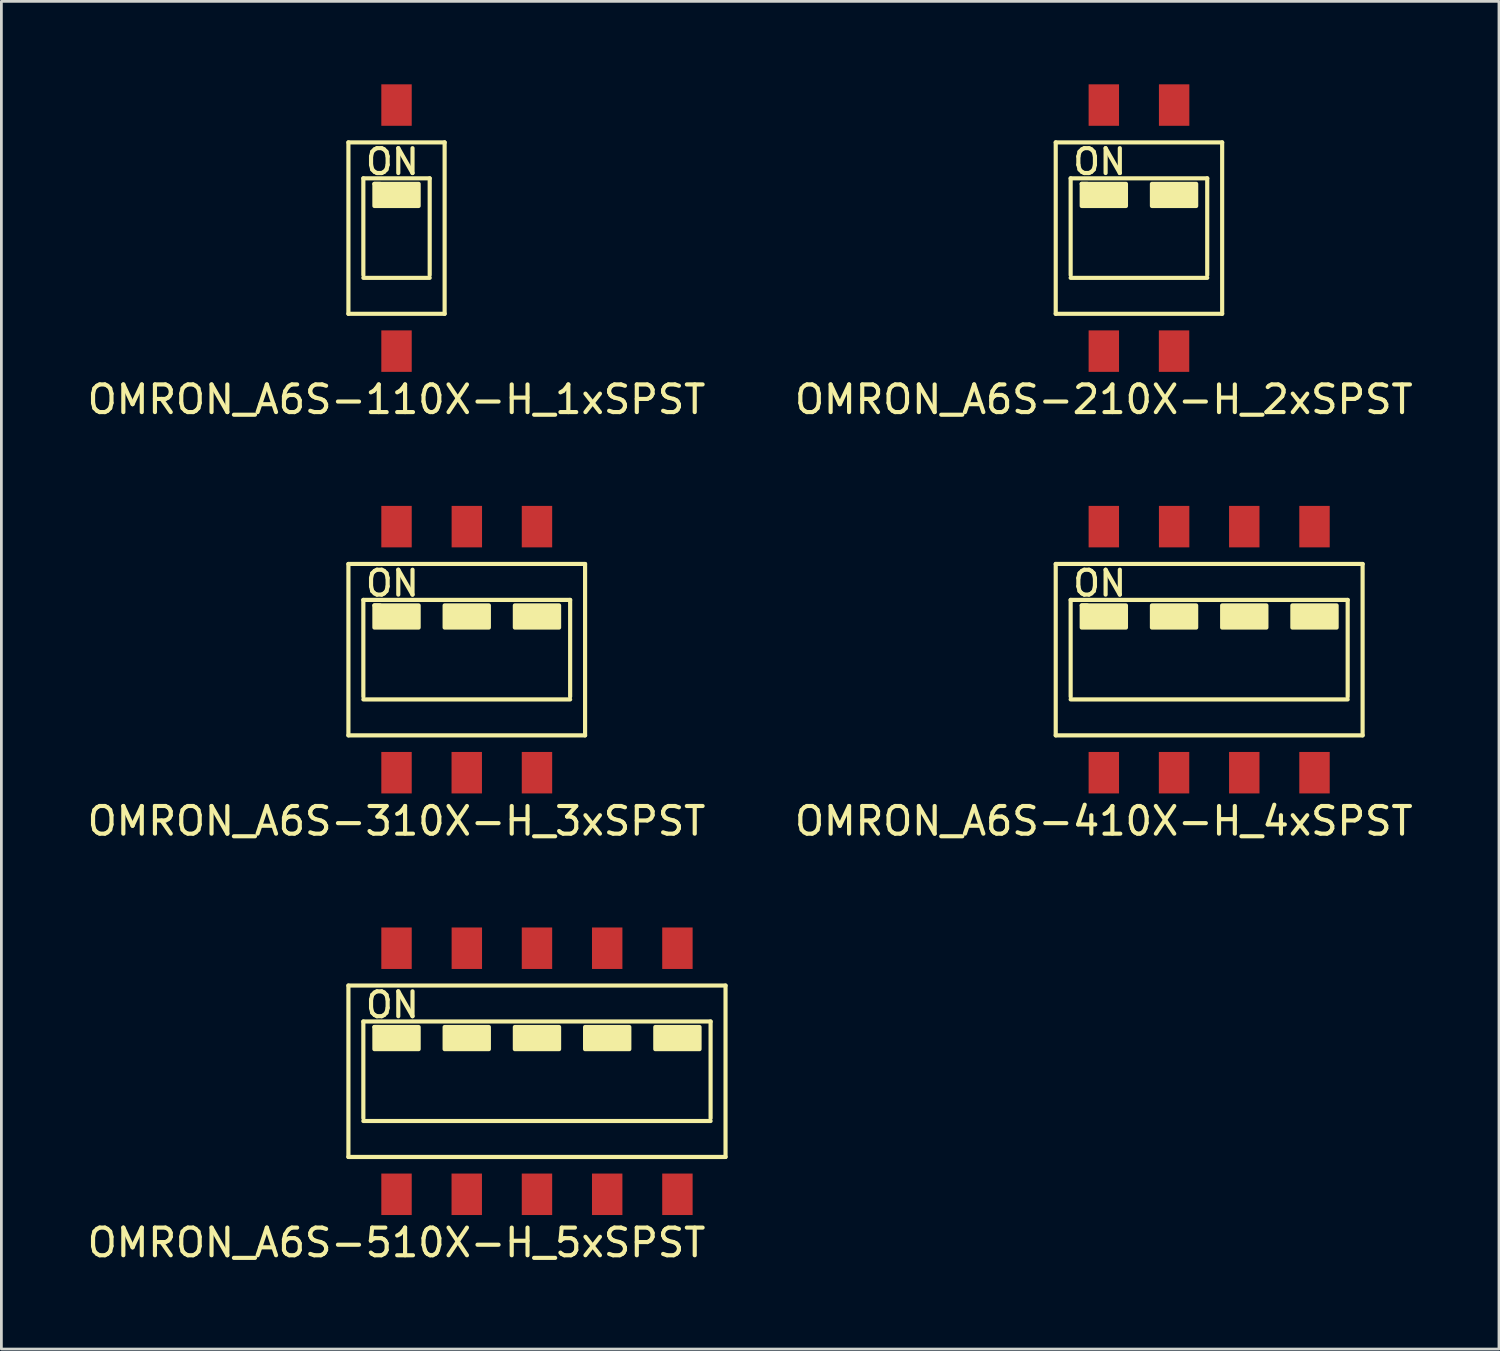
<source format=kicad_pcb>
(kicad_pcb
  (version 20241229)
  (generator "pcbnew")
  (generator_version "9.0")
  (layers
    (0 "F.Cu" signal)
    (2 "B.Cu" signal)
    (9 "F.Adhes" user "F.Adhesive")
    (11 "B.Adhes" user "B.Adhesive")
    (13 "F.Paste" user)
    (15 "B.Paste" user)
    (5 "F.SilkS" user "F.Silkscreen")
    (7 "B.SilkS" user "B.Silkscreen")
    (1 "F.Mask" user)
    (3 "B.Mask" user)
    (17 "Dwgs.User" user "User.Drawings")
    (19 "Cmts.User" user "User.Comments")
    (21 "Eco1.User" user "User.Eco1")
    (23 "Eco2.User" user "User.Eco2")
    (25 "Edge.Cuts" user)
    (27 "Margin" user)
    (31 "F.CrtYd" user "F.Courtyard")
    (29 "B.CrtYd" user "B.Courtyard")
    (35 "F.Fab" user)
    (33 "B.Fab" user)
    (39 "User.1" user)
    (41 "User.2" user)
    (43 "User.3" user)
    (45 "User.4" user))
  (footprint "OMRON_A6S-110X-H_1xSPST"
    (layer "F.Cu")
    (at 11.292 5.2)
    (property "Reference" "OMRON_A6S-110X-H_1xSPST" (at 0 6.2 0) (layer "F.SilkS") (effects (font (size 1 1) (thickness 0.15))))
    (attr through_hole)
    (fp_line (start -1.74 -3.1) (end 1.74 -3.1) (stroke (width 0.15) (type solid)) (layer "F.SilkS"))
    (fp_line (start -1.74 3.1) (end -1.74 -3.1) (stroke (width 0.15) (type solid)) (layer "F.SilkS"))
    (fp_line (start -1.2 -1.8) (end 1.2 -1.8) (stroke (width 0.15) (type solid)) (layer "F.SilkS"))
    (fp_line (start -1.2 1.7) (end -1.2 -1.8) (stroke (width 0.15) (type solid)) (layer "F.SilkS"))
    (fp_line (start -0.8 -1.6) (end -0.6 -1.6) (stroke (width 0.15) (type solid)) (layer "F.SilkS"))
    (fp_line (start 1.2 -1.8) (end 1.2 1.7) (stroke (width 0.15) (type solid)) (layer "F.SilkS"))
    (fp_line (start 1.2 1.8) (end -1.2 1.8) (stroke (width 0.15) (type solid)) (layer "F.SilkS"))
    (fp_line (start 1.74 -3.1) (end 1.74 3.1) (stroke (width 0.15) (type solid)) (layer "F.SilkS"))
    (fp_line (start 1.74 3.1) (end -1.74 3.1) (stroke (width 0.15) (type solid)) (layer "F.SilkS"))
    (fp_poly (pts (xy -0.8 -1.6) (xy 0.8 -1.6) (xy 0.8 -0.8) (xy -0.8 -0.8)) (stroke (width 0.15) (type solid)) (fill yes) (layer "F.SilkS"))
    (fp_text user "ON" (at -0.15 -2.4 0) (layer "F.SilkS") (effects (font (size 0.9 0.9) (thickness 0.15))))
    (pad "1" smd rect (at 0 -4.45) (size 1.1 1.5) (layers "F.Cu" "F.Mask" "F.Paste"))
    (pad "2" smd rect (at 0 4.45) (size 1.1 1.5) (layers "F.Cu" "F.Mask" "F.Paste")))
  (footprint "OMRON_A6S-410X-H_4xSPST"
    (layer "F.Cu")
    (at 36.875 20.448)
    (property "Reference" "OMRON_A6S-410X-H_4xSPST" (at 0 6.2 0) (layer "F.SilkS") (effects (font (size 1 1) (thickness 0.15))))
    (attr through_hole)
    (fp_line (start -1.74 -3.1) (end 9.36 -3.1) (stroke (width 0.15) (type solid)) (layer "F.SilkS"))
    (fp_line (start -1.74 3.1) (end -1.74 -3.1) (stroke (width 0.15) (type solid)) (layer "F.SilkS"))
    (fp_line (start -1.2 -1.8) (end 8.82 -1.8) (stroke (width 0.15) (type solid)) (layer "F.SilkS"))
    (fp_line (start -1.2 1.7) (end -1.2 -1.8) (stroke (width 0.15) (type solid)) (layer "F.SilkS"))
    (fp_line (start -0.8 -1.6) (end -0.6 -1.6) (stroke (width 0.15) (type solid)) (layer "F.SilkS"))
    (fp_line (start 8.82 -1.8) (end 8.82 1.7) (stroke (width 0.15) (type solid)) (layer "F.SilkS"))
    (fp_line (start 8.82 1.8) (end -1.2 1.8) (stroke (width 0.15) (type solid)) (layer "F.SilkS"))
    (fp_line (start 9.36 -3.1) (end 9.36 3.1) (stroke (width 0.15) (type solid)) (layer "F.SilkS"))
    (fp_line (start 9.36 3.1) (end -1.74 3.1) (stroke (width 0.15) (type solid)) (layer "F.SilkS"))
    (fp_poly (pts (xy -0.8 -1.6) (xy 0.8 -1.6) (xy 0.8 -0.8) (xy -0.8 -0.8)) (stroke (width 0.15) (type solid)) (fill yes) (layer "F.SilkS"))
    (fp_poly (pts (xy 1.74 -1.6) (xy 3.34 -1.6) (xy 3.34 -0.8) (xy 1.74 -0.8)) (stroke (width 0.15) (type solid)) (fill yes) (layer "F.SilkS"))
    (fp_poly (pts (xy 4.28 -1.6) (xy 5.88 -1.6) (xy 5.88 -0.8) (xy 4.28 -0.8)) (stroke (width 0.15) (type solid)) (fill yes) (layer "F.SilkS"))
    (fp_poly (pts (xy 6.82 -1.6) (xy 8.42 -1.6) (xy 8.42 -0.8) (xy 6.82 -0.8)) (stroke (width 0.15) (type solid)) (fill yes) (layer "F.SilkS"))
    (fp_text user "ON" (at -0.15 -2.4 0) (layer "F.SilkS") (effects (font (size 0.9 0.9) (thickness 0.15))))
    (pad "1" smd rect (at 0 4.45) (size 1.1 1.5) (layers "F.Cu" "F.Mask" "F.Paste"))
    (pad "2" smd rect (at 2.54 4.45) (size 1.1 1.5) (layers "F.Cu" "F.Mask" "F.Paste"))
    (pad "3" smd rect (at 5.08 4.45) (size 1.1 1.5) (layers "F.Cu" "F.Mask" "F.Paste"))
    (pad "4" smd rect (at 7.62 4.45) (size 1.1 1.5) (layers "F.Cu" "F.Mask" "F.Paste"))
    (pad "5" smd rect (at 7.62 -4.45) (size 1.1 1.5) (layers "F.Cu" "F.Mask" "F.Paste"))
    (pad "6" smd rect (at 5.08 -4.45) (size 1.1 1.5) (layers "F.Cu" "F.Mask" "F.Paste"))
    (pad "7" smd rect (at 2.543 -4.45) (size 1.1 1.5) (layers "F.Cu" "F.Mask" "F.Paste"))
    (pad "8" smd rect (at 0 -4.45) (size 1.1 1.5) (layers "F.Cu" "F.Mask" "F.Paste")))
  (footprint "OMRON_A6S-510X-H_5xSPST"
    (layer "F.Cu")
    (at 11.292 35.697)
    (property "Reference" "OMRON_A6S-510X-H_5xSPST" (at 0 6.2 0) (layer "F.SilkS") (effects (font (size 1 1) (thickness 0.15))))
    (attr through_hole)
    (fp_line (start -1.74 -3.1) (end 11.9 -3.1) (stroke (width 0.15) (type solid)) (layer "F.SilkS"))
    (fp_line (start -1.74 3.1) (end -1.74 -3.1) (stroke (width 0.15) (type solid)) (layer "F.SilkS"))
    (fp_line (start -1.2 -1.8) (end 11.36 -1.8) (stroke (width 0.15) (type solid)) (layer "F.SilkS"))
    (fp_line (start -1.2 1.7) (end -1.2 -1.8) (stroke (width 0.15) (type solid)) (layer "F.SilkS"))
    (fp_line (start -0.8 -1.6) (end -0.6 -1.6) (stroke (width 0.15) (type solid)) (layer "F.SilkS"))
    (fp_line (start 11.36 -1.8) (end 11.36 1.7) (stroke (width 0.15) (type solid)) (layer "F.SilkS"))
    (fp_line (start 11.36 1.8) (end -1.2 1.8) (stroke (width 0.15) (type solid)) (layer "F.SilkS"))
    (fp_line (start 11.9 -3.1) (end 11.9 3.1) (stroke (width 0.15) (type solid)) (layer "F.SilkS"))
    (fp_line (start 11.9 3.1) (end -1.74 3.1) (stroke (width 0.15) (type solid)) (layer "F.SilkS"))
    (fp_poly (pts (xy -0.8 -1.6) (xy 0.8 -1.6) (xy 0.8 -0.8) (xy -0.8 -0.8)) (stroke (width 0.15) (type solid)) (fill yes) (layer "F.SilkS"))
    (fp_poly (pts (xy 1.74 -1.6) (xy 3.34 -1.6) (xy 3.34 -0.8) (xy 1.74 -0.8)) (stroke (width 0.15) (type solid)) (fill yes) (layer "F.SilkS"))
    (fp_poly (pts (xy 4.28 -1.6) (xy 5.88 -1.6) (xy 5.88 -0.8) (xy 4.28 -0.8)) (stroke (width 0.15) (type solid)) (fill yes) (layer "F.SilkS"))
    (fp_poly (pts (xy 6.82 -1.6) (xy 8.42 -1.6) (xy 8.42 -0.8) (xy 6.82 -0.8)) (stroke (width 0.15) (type solid)) (fill yes) (layer "F.SilkS"))
    (fp_poly (pts (xy 9.36 -1.6) (xy 10.96 -1.6) (xy 10.96 -0.8) (xy 9.36 -0.8)) (stroke (width 0.15) (type solid)) (fill yes) (layer "F.SilkS"))
    (fp_text user "ON" (at -0.15 -2.4 0) (layer "F.SilkS") (effects (font (size 0.9 0.9) (thickness 0.15))))
    (pad "1" smd rect (at 0 4.45) (size 1.1 1.5) (layers "F.Cu" "F.Mask" "F.Paste"))
    (pad "2" smd rect (at 2.54 4.45) (size 1.1 1.5) (layers "F.Cu" "F.Mask" "F.Paste"))
    (pad "3" smd rect (at 5.08 4.45) (size 1.1 1.5) (layers "F.Cu" "F.Mask" "F.Paste"))
    (pad "4" smd rect (at 7.62 4.45) (size 1.1 1.5) (layers "F.Cu" "F.Mask" "F.Paste"))
    (pad "5" smd rect (at 10.16 4.45) (size 1.1 1.5) (layers "F.Cu" "F.Mask" "F.Paste"))
    (pad "6" smd rect (at 10.16 -4.45) (size 1.1 1.5) (layers "F.Cu" "F.Mask" "F.Paste"))
    (pad "7" smd rect (at 7.62 -4.45) (size 1.1 1.5) (layers "F.Cu" "F.Mask" "F.Paste"))
    (pad "8" smd rect (at 5.08 -4.45) (size 1.1 1.5) (layers "F.Cu" "F.Mask" "F.Paste"))
    (pad "9" smd rect (at 2.543 -4.45) (size 1.1 1.5) (layers "F.Cu" "F.Mask" "F.Paste"))
    (pad "10" smd rect (at 0 -4.45) (size 1.1 1.5) (layers "F.Cu" "F.Mask" "F.Paste")))
  (footprint "OMRON_A6S-310X-H_3xSPST"
    (layer "F.Cu")
    (at 11.292 20.448)
    (property "Reference" "OMRON_A6S-310X-H_3xSPST" (at 0 6.2 0) (layer "F.SilkS") (effects (font (size 1 1) (thickness 0.15))))
    (attr through_hole)
    (fp_line (start -1.74 -3.1) (end 6.82 -3.1) (stroke (width 0.15) (type solid)) (layer "F.SilkS"))
    (fp_line (start -1.74 3.1) (end -1.74 -3.1) (stroke (width 0.15) (type solid)) (layer "F.SilkS"))
    (fp_line (start -1.2 -1.8) (end 6.28 -1.8) (stroke (width 0.15) (type solid)) (layer "F.SilkS"))
    (fp_line (start -1.2 1.7) (end -1.2 -1.8) (stroke (width 0.15) (type solid)) (layer "F.SilkS"))
    (fp_line (start -0.8 -1.6) (end -0.6 -1.6) (stroke (width 0.15) (type solid)) (layer "F.SilkS"))
    (fp_line (start 6.28 -1.8) (end 6.28 1.7) (stroke (width 0.15) (type solid)) (layer "F.SilkS"))
    (fp_line (start 6.28 1.8) (end -1.2 1.8) (stroke (width 0.15) (type solid)) (layer "F.SilkS"))
    (fp_line (start 6.82 -3.1) (end 6.82 3.1) (stroke (width 0.15) (type solid)) (layer "F.SilkS"))
    (fp_line (start 6.82 3.1) (end -1.74 3.1) (stroke (width 0.15) (type solid)) (layer "F.SilkS"))
    (fp_poly (pts (xy -0.8 -1.6) (xy 0.8 -1.6) (xy 0.8 -0.8) (xy -0.8 -0.8)) (stroke (width 0.15) (type solid)) (fill yes) (layer "F.SilkS"))
    (fp_poly (pts (xy 1.74 -1.6) (xy 3.34 -1.6) (xy 3.34 -0.8) (xy 1.74 -0.8)) (stroke (width 0.15) (type solid)) (fill yes) (layer "F.SilkS"))
    (fp_poly (pts (xy 4.28 -1.6) (xy 5.88 -1.6) (xy 5.88 -0.8) (xy 4.28 -0.8)) (stroke (width 0.15) (type solid)) (fill yes) (layer "F.SilkS"))
    (fp_text user "ON" (at -0.15 -2.4 0) (layer "F.SilkS") (effects (font (size 0.9 0.9) (thickness 0.15))))
    (pad "1" smd rect (at 0 4.45) (size 1.1 1.5) (layers "F.Cu" "F.Mask" "F.Paste"))
    (pad "2" smd rect (at 2.54 4.45) (size 1.1 1.5) (layers "F.Cu" "F.Mask" "F.Paste"))
    (pad "3" smd rect (at 5.08 4.45) (size 1.1 1.5) (layers "F.Cu" "F.Mask" "F.Paste"))
    (pad "4" smd rect (at 5.08 -4.45) (size 1.1 1.5) (layers "F.Cu" "F.Mask" "F.Paste"))
    (pad "5" smd rect (at 2.543 -4.45) (size 1.1 1.5) (layers "F.Cu" "F.Mask" "F.Paste"))
    (pad "6" smd rect (at 0 -4.45) (size 1.1 1.5) (layers "F.Cu" "F.Mask" "F.Paste")))
  (footprint "OMRON_A6S-210X-H_2xSPST"
    (layer "F.Cu")
    (at 36.875 5.2)
    (property "Reference" "OMRON_A6S-210X-H_2xSPST" (at 0 6.2 0) (layer "F.SilkS") (effects (font (size 1 1) (thickness 0.15))))
    (attr through_hole)
    (fp_line (start -1.74 -3.1) (end 4.28 -3.1) (stroke (width 0.15) (type solid)) (layer "F.SilkS"))
    (fp_line (start -1.74 3.1) (end -1.74 -3.1) (stroke (width 0.15) (type solid)) (layer "F.SilkS"))
    (fp_line (start -1.2 -1.8) (end 3.74 -1.8) (stroke (width 0.15) (type solid)) (layer "F.SilkS"))
    (fp_line (start -1.2 1.7) (end -1.2 -1.8) (stroke (width 0.15) (type solid)) (layer "F.SilkS"))
    (fp_line (start -0.8 -1.6) (end -0.6 -1.6) (stroke (width 0.15) (type solid)) (layer "F.SilkS"))
    (fp_line (start 3.74 -1.8) (end 3.74 1.7) (stroke (width 0.15) (type solid)) (layer "F.SilkS"))
    (fp_line (start 3.74 1.8) (end -1.2 1.8) (stroke (width 0.15) (type solid)) (layer "F.SilkS"))
    (fp_line (start 4.28 -3.1) (end 4.28 3.1) (stroke (width 0.15) (type solid)) (layer "F.SilkS"))
    (fp_line (start 4.28 3.1) (end -1.74 3.1) (stroke (width 0.15) (type solid)) (layer "F.SilkS"))
    (fp_poly (pts (xy -0.8 -1.6) (xy 0.8 -1.6) (xy 0.8 -0.8) (xy -0.8 -0.8)) (stroke (width 0.15) (type solid)) (fill yes) (layer "F.SilkS"))
    (fp_poly (pts (xy 1.74 -1.6) (xy 3.34 -1.6) (xy 3.34 -0.8) (xy 1.74 -0.8)) (stroke (width 0.15) (type solid)) (fill yes) (layer "F.SilkS"))
    (fp_text user "ON" (at -0.15 -2.4 0) (layer "F.SilkS") (effects (font (size 0.9 0.9) (thickness 0.15))))
    (pad "1" smd rect (at 0 4.45) (size 1.1 1.5) (layers "F.Cu" "F.Mask" "F.Paste"))
    (pad "2" smd rect (at 2.54 4.45) (size 1.1 1.5) (layers "F.Cu" "F.Mask" "F.Paste"))
    (pad "3" smd rect (at 2.543 -4.45) (size 1.1 1.5) (layers "F.Cu" "F.Mask" "F.Paste"))
    (pad "4" smd rect (at 0 -4.45) (size 1.1 1.5) (layers "F.Cu" "F.Mask" "F.Paste")))
  (gr_rect
    (start -3 -3)
    (end 51.167 45.745)
    (stroke (width 0.1) (type default))
    (fill no)
    (layer "Edge.Cuts")))
</source>
